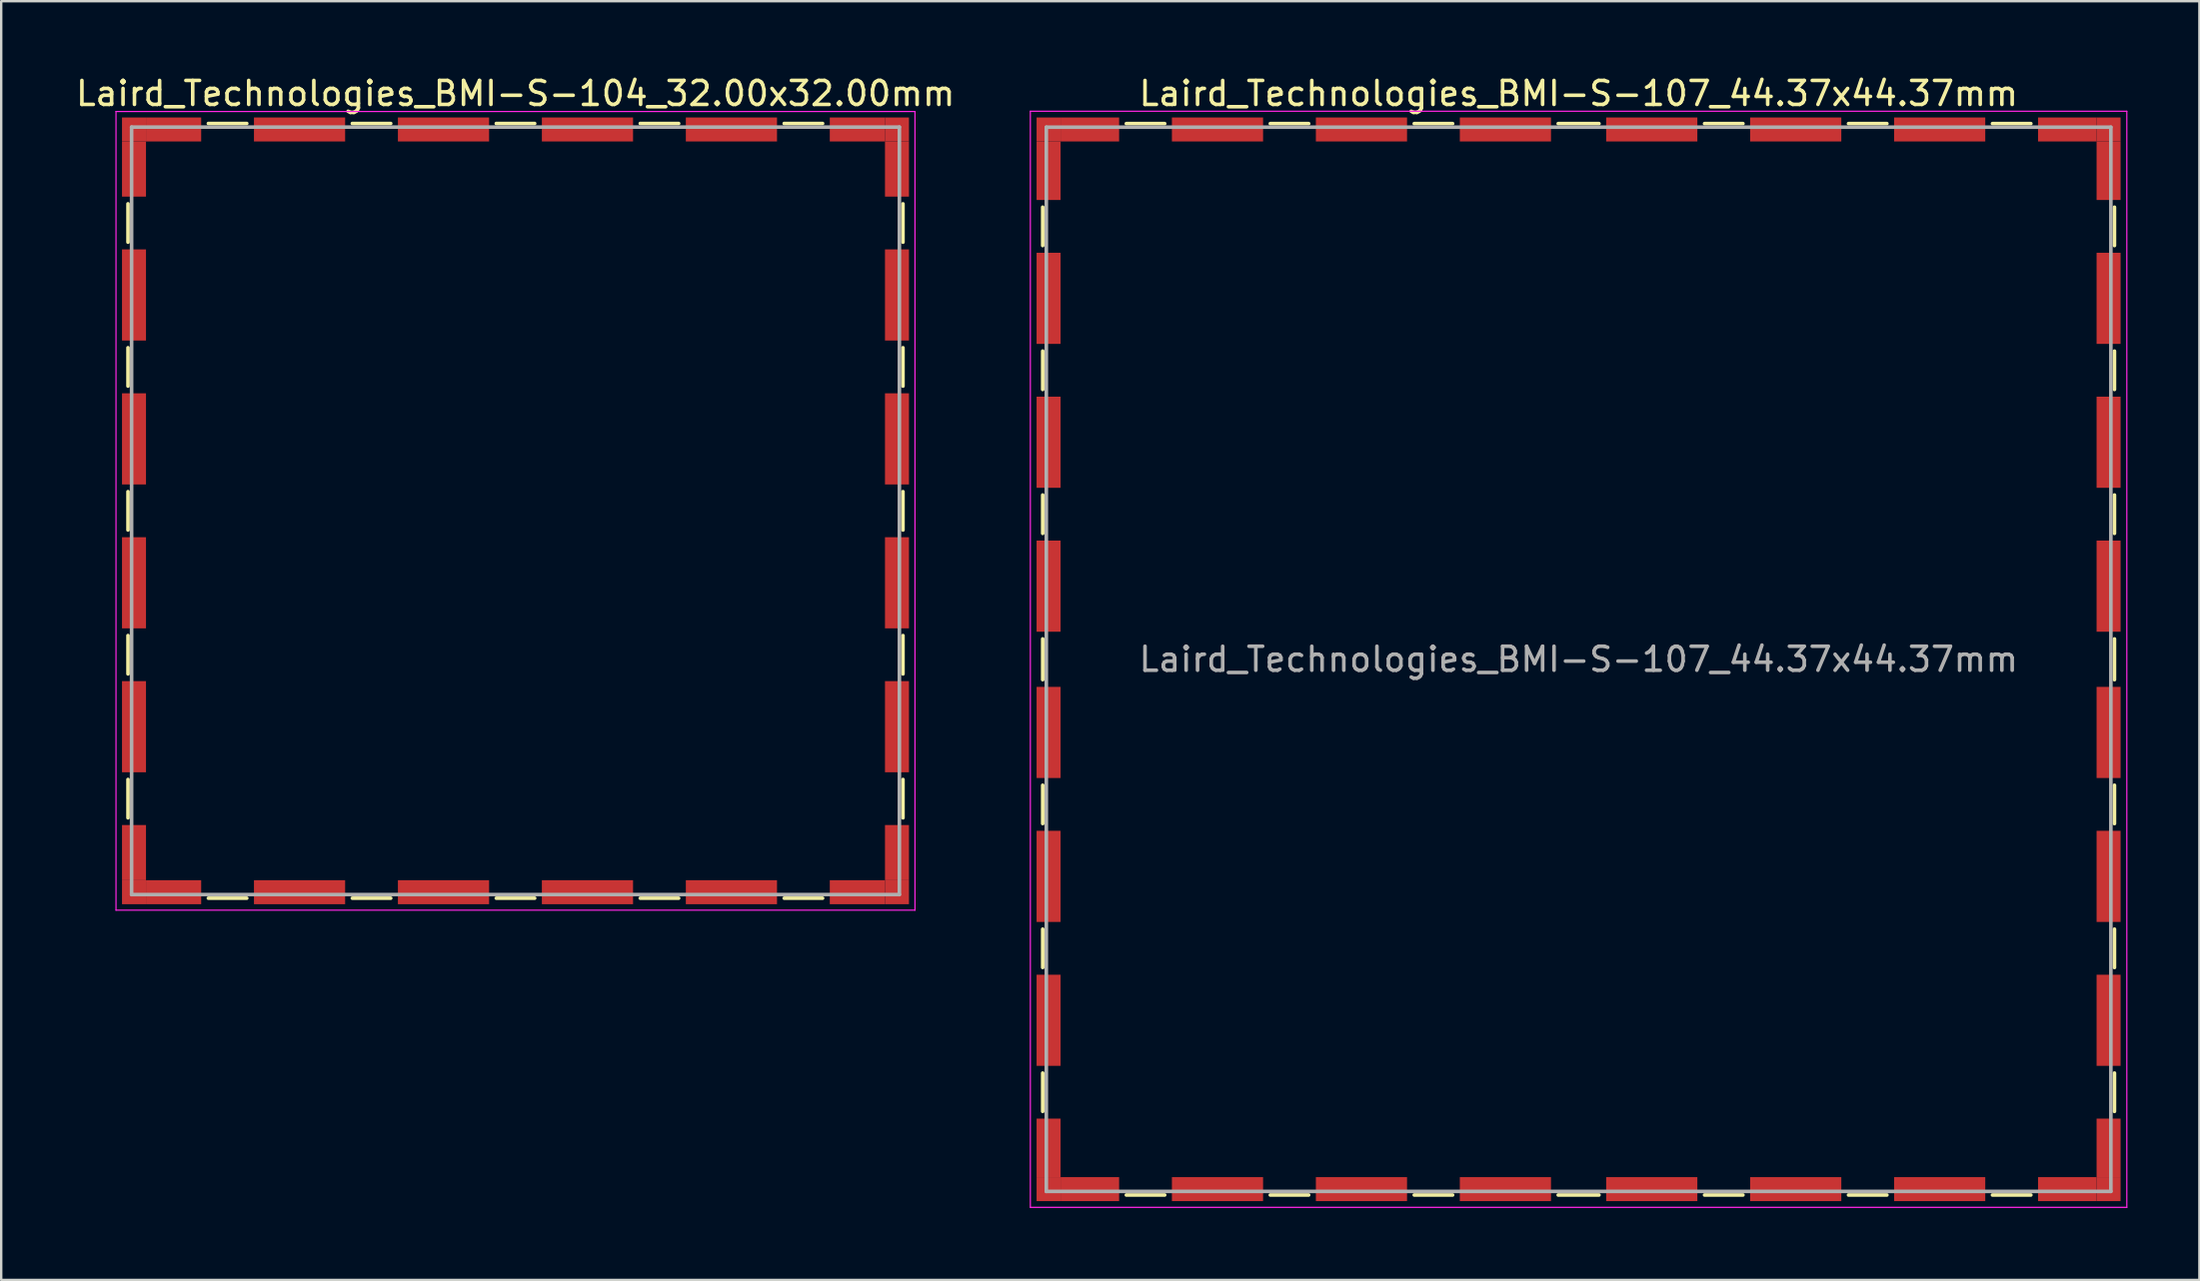
<source format=kicad_pcb>
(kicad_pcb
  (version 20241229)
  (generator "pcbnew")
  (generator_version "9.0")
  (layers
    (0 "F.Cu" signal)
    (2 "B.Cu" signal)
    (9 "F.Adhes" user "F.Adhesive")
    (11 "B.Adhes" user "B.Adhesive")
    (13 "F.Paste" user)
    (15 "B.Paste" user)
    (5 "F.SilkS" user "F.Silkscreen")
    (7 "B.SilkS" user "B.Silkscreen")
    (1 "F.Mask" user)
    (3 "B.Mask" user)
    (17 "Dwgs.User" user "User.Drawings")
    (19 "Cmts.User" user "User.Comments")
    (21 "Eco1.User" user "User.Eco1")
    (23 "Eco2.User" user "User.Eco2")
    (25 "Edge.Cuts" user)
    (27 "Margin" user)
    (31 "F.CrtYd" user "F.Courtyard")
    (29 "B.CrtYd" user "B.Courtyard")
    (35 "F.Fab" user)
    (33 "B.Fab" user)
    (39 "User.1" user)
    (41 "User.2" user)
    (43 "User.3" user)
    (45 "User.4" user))
  (footprint "Laird_Technologies_BMI-S-107_44.37x44.37mm"
    (layer "F.Cu")
    (at 62.744 24.438)
    (property "Reference" "Laird_Technologies_BMI-S-107_44.37x44.37mm" (at 0 -23.59 0) (layer "F.SilkS") (effects (font (size 1 1) (thickness 0.15))))
    (attr smd)
    (fp_line (start -22.335 -18.85) (end -22.335 -17.25) (stroke (width 0.15) (type solid)) (layer "F.SilkS"))
    (fp_line (start -22.335 -12.85) (end -22.335 -11.25) (stroke (width 0.15) (type solid)) (layer "F.SilkS"))
    (fp_line (start -22.335 -6.85) (end -22.335 -5.25) (stroke (width 0.15) (type solid)) (layer "F.SilkS"))
    (fp_line (start -22.335 -0.85) (end -22.335 0.85) (stroke (width 0.15) (type solid)) (layer "F.SilkS"))
    (fp_line (start -22.335 5.25) (end -22.335 6.85) (stroke (width 0.15) (type solid)) (layer "F.SilkS"))
    (fp_line (start -22.335 11.25) (end -22.335 12.85) (stroke (width 0.15) (type solid)) (layer "F.SilkS"))
    (fp_line (start -22.335 17.25) (end -22.335 18.85) (stroke (width 0.15) (type solid)) (layer "F.SilkS"))
    (fp_line (start -18.85 -22.335) (end -17.25 -22.335) (stroke (width 0.15) (type solid)) (layer "F.SilkS"))
    (fp_line (start -18.85 22.335) (end -17.25 22.335) (stroke (width 0.15) (type solid)) (layer "F.SilkS"))
    (fp_line (start -12.85 -22.335) (end -11.25 -22.335) (stroke (width 0.15) (type solid)) (layer "F.SilkS"))
    (fp_line (start -12.85 22.335) (end -11.25 22.335) (stroke (width 0.15) (type solid)) (layer "F.SilkS"))
    (fp_line (start -6.85 -22.335) (end -5.25 -22.335) (stroke (width 0.15) (type solid)) (layer "F.SilkS"))
    (fp_line (start -6.85 22.335) (end -5.25 22.335) (stroke (width 0.15) (type solid)) (layer "F.SilkS"))
    (fp_line (start -0.85 -22.335) (end 0.85 -22.335) (stroke (width 0.15) (type solid)) (layer "F.SilkS"))
    (fp_line (start -0.85 22.335) (end 0.85 22.335) (stroke (width 0.15) (type solid)) (layer "F.SilkS"))
    (fp_line (start 5.25 -22.335) (end 6.85 -22.335) (stroke (width 0.15) (type solid)) (layer "F.SilkS"))
    (fp_line (start 5.25 22.335) (end 6.85 22.335) (stroke (width 0.15) (type solid)) (layer "F.SilkS"))
    (fp_line (start 11.25 -22.335) (end 12.85 -22.335) (stroke (width 0.15) (type solid)) (layer "F.SilkS"))
    (fp_line (start 11.25 22.335) (end 12.85 22.335) (stroke (width 0.15) (type solid)) (layer "F.SilkS"))
    (fp_line (start 17.25 -22.335) (end 18.85 -22.335) (stroke (width 0.15) (type solid)) (layer "F.SilkS"))
    (fp_line (start 17.25 22.335) (end 18.85 22.335) (stroke (width 0.15) (type solid)) (layer "F.SilkS"))
    (fp_line (start 22.335 -18.85) (end 22.335 -17.25) (stroke (width 0.15) (type solid)) (layer "F.SilkS"))
    (fp_line (start 22.335 -12.85) (end 22.335 -11.25) (stroke (width 0.15) (type solid)) (layer "F.SilkS"))
    (fp_line (start 22.335 -6.85) (end 22.335 -5.25) (stroke (width 0.15) (type solid)) (layer "F.SilkS"))
    (fp_line (start 22.335 -0.85) (end 22.335 0.85) (stroke (width 0.15) (type solid)) (layer "F.SilkS"))
    (fp_line (start 22.335 5.25) (end 22.335 6.85) (stroke (width 0.15) (type solid)) (layer "F.SilkS"))
    (fp_line (start 22.335 11.25) (end 22.335 12.85) (stroke (width 0.15) (type solid)) (layer "F.SilkS"))
    (fp_line (start 22.335 17.25) (end 22.335 18.85) (stroke (width 0.15) (type solid)) (layer "F.SilkS"))
    (fp_line (start -22.85 -22.85) (end -22.85 22.85) (stroke (width 0.05) (type solid)) (layer "F.CrtYd"))
    (fp_line (start -22.85 22.85) (end 22.85 22.85) (stroke (width 0.05) (type solid)) (layer "F.CrtYd"))
    (fp_line (start 22.85 -22.85) (end -22.85 -22.85) (stroke (width 0.05) (type solid)) (layer "F.CrtYd"))
    (fp_line (start 22.85 22.85) (end 22.85 -22.85) (stroke (width 0.05) (type solid)) (layer "F.CrtYd"))
    (fp_line (start -22.185 -22.185) (end -22.185 22.185) (stroke (width 0.15) (type solid)) (layer "F.Fab"))
    (fp_line (start -22.185 22.185) (end 22.185 22.185) (stroke (width 0.15) (type solid)) (layer "F.Fab"))
    (fp_line (start 22.185 -22.185) (end -22.185 -22.185) (stroke (width 0.15) (type solid)) (layer "F.Fab"))
    (fp_line (start 22.185 22.185) (end 22.185 -22.185) (stroke (width 0.15) (type solid)) (layer "F.Fab"))
    (fp_text user "${REFERENCE}" (at 0 0 0) (layer "F.Fab") (effects (font (size 1 1) (thickness 0.15))))
    (pad "1" smd rect (at -22.09 -22.09) (size 1 1) (layers "F.Cu" "F.Mask"))
    (pad "1" smd rect (at -22.09 -20.37) (size 1 2.44) (layers "F.Cu" "F.Mask"))
    (pad "1" smd rect (at -22.09 -15.05) (size 1 3.8) (layers "F.Cu" "F.Mask"))
    (pad "1" smd rect (at -22.09 -9.05) (size 1 3.8) (layers "F.Cu" "F.Mask"))
    (pad "1" smd rect (at -22.09 -3.05) (size 1 3.8) (layers "F.Cu" "F.Mask"))
    (pad "1" smd rect (at -22.09 3.05) (size 1 3.8) (layers "F.Cu" "F.Mask"))
    (pad "1" smd rect (at -22.09 9.05) (size 1 3.8) (layers "F.Cu" "F.Mask"))
    (pad "1" smd rect (at -22.09 15.05) (size 1 3.8) (layers "F.Cu" "F.Mask"))
    (pad "1" smd rect (at -22.09 20.37) (size 1 2.44) (layers "F.Cu" "F.Mask"))
    (pad "1" smd rect (at -22.09 22.09) (size 1 1) (layers "F.Cu" "F.Mask"))
    (pad "1" smd rect (at -20.37 -22.09) (size 2.44 1) (layers "F.Cu" "F.Mask"))
    (pad "1" smd rect (at -20.37 22.09) (size 2.44 1) (layers "F.Cu" "F.Mask"))
    (pad "1" smd rect (at -15.05 -22.09) (size 3.8 1) (layers "F.Cu" "F.Mask"))
    (pad "1" smd rect (at -15.05 22.09) (size 3.8 1) (layers "F.Cu" "F.Mask"))
    (pad "1" smd rect (at -9.05 -22.09) (size 3.8 1) (layers "F.Cu" "F.Mask"))
    (pad "1" smd rect (at -9.05 22.09) (size 3.8 1) (layers "F.Cu" "F.Mask"))
    (pad "1" smd rect (at -3.05 -22.09) (size 3.8 1) (layers "F.Cu" "F.Mask"))
    (pad "1" smd rect (at -3.05 22.09) (size 3.8 1) (layers "F.Cu" "F.Mask"))
    (pad "1" smd rect (at 3.05 -22.09) (size 3.8 1) (layers "F.Cu" "F.Mask"))
    (pad "1" smd rect (at 3.05 22.09) (size 3.8 1) (layers "F.Cu" "F.Mask"))
    (pad "1" smd rect (at 9.05 -22.09) (size 3.8 1) (layers "F.Cu" "F.Mask"))
    (pad "1" smd rect (at 9.05 22.09) (size 3.8 1) (layers "F.Cu" "F.Mask"))
    (pad "1" smd rect (at 15.05 -22.09) (size 3.8 1) (layers "F.Cu" "F.Mask"))
    (pad "1" smd rect (at 15.05 22.09) (size 3.8 1) (layers "F.Cu" "F.Mask"))
    (pad "1" smd rect (at 20.37 -22.09) (size 2.44 1) (layers "F.Cu" "F.Mask"))
    (pad "1" smd rect (at 20.37 22.09) (size 2.44 1) (layers "F.Cu" "F.Mask"))
    (pad "1" smd rect (at 22.09 -22.09) (size 1 1) (layers "F.Cu" "F.Mask"))
    (pad "1" smd rect (at 22.09 -20.37) (size 1 2.44) (layers "F.Cu" "F.Mask"))
    (pad "1" smd rect (at 22.09 -15.05) (size 1 3.8) (layers "F.Cu" "F.Mask"))
    (pad "1" smd rect (at 22.09 -9.05) (size 1 3.8) (layers "F.Cu" "F.Mask"))
    (pad "1" smd rect (at 22.09 -3.05) (size 1 3.8) (layers "F.Cu" "F.Mask"))
    (pad "1" smd rect (at 22.09 3.05) (size 1 3.8) (layers "F.Cu" "F.Mask"))
    (pad "1" smd rect (at 22.09 9.05) (size 1 3.8) (layers "F.Cu" "F.Mask"))
    (pad "1" smd rect (at 22.09 15.05) (size 1 3.8) (layers "F.Cu" "F.Mask"))
    (pad "1" smd rect (at 22.09 20.37) (size 1 2.44) (layers "F.Cu" "F.Mask"))
    (pad "1" smd rect (at 22.09 22.09) (size 1 1) (layers "F.Cu" "F.Mask")))
  (footprint "Laird_Technologies_BMI-S-104_32.00x32.00mm"
    (layer "F.Cu")
    (at 18.435 18.248)
    (property "Reference" "Laird_Technologies_BMI-S-104_32.00x32.00mm" (at 0 -17.4 0) (layer "F.SilkS") (effects (font (size 1 1) (thickness 0.15))))
    (attr smd)
    (fp_line (start -16.15 -12.8) (end -16.15 -11.2) (stroke (width 0.15) (type solid)) (layer "F.SilkS"))
    (fp_line (start -16.15 -6.8) (end -16.15 -5.2) (stroke (width 0.15) (type solid)) (layer "F.SilkS"))
    (fp_line (start -16.15 -0.8) (end -16.15 0.8) (stroke (width 0.15) (type solid)) (layer "F.SilkS"))
    (fp_line (start -16.15 5.2) (end -16.15 6.8) (stroke (width 0.15) (type solid)) (layer "F.SilkS"))
    (fp_line (start -16.15 11.2) (end -16.15 12.8) (stroke (width 0.15) (type solid)) (layer "F.SilkS"))
    (fp_line (start -12.8 -16.15) (end -11.2 -16.15) (stroke (width 0.15) (type solid)) (layer "F.SilkS"))
    (fp_line (start -12.8 16.15) (end -11.2 16.15) (stroke (width 0.15) (type solid)) (layer "F.SilkS"))
    (fp_line (start -6.8 -16.15) (end -5.2 -16.15) (stroke (width 0.15) (type solid)) (layer "F.SilkS"))
    (fp_line (start -6.8 16.15) (end -5.2 16.15) (stroke (width 0.15) (type solid)) (layer "F.SilkS"))
    (fp_line (start -0.8 -16.15) (end 0.8 -16.15) (stroke (width 0.15) (type solid)) (layer "F.SilkS"))
    (fp_line (start -0.8 16.15) (end 0.8 16.15) (stroke (width 0.15) (type solid)) (layer "F.SilkS"))
    (fp_line (start 5.2 -16.15) (end 6.8 -16.15) (stroke (width 0.15) (type solid)) (layer "F.SilkS"))
    (fp_line (start 5.2 16.15) (end 6.8 16.15) (stroke (width 0.15) (type solid)) (layer "F.SilkS"))
    (fp_line (start 11.2 -16.15) (end 12.8 -16.15) (stroke (width 0.15) (type solid)) (layer "F.SilkS"))
    (fp_line (start 11.2 16.15) (end 12.8 16.15) (stroke (width 0.15) (type solid)) (layer "F.SilkS"))
    (fp_line (start 16.15 -12.8) (end 16.15 -11.2) (stroke (width 0.15) (type solid)) (layer "F.SilkS"))
    (fp_line (start 16.15 -6.8) (end 16.15 -5.2) (stroke (width 0.15) (type solid)) (layer "F.SilkS"))
    (fp_line (start 16.15 -0.8) (end 16.15 0.8) (stroke (width 0.15) (type solid)) (layer "F.SilkS"))
    (fp_line (start 16.15 5.2) (end 16.15 6.8) (stroke (width 0.15) (type solid)) (layer "F.SilkS"))
    (fp_line (start 16.15 11.2) (end 16.15 12.8) (stroke (width 0.15) (type solid)) (layer "F.SilkS"))
    (fp_line (start -16.65 -16.65) (end -16.65 16.65) (stroke (width 0.05) (type solid)) (layer "F.CrtYd"))
    (fp_line (start -16.65 16.65) (end 16.65 16.65) (stroke (width 0.05) (type solid)) (layer "F.CrtYd"))
    (fp_line (start 16.65 -16.65) (end -16.65 -16.65) (stroke (width 0.05) (type solid)) (layer "F.CrtYd"))
    (fp_line (start 16.65 16.65) (end 16.65 -16.65) (stroke (width 0.05) (type solid)) (layer "F.CrtYd"))
    (fp_line (start -16 -16) (end -16 16) (stroke (width 0.15) (type solid)) (layer "F.Fab"))
    (fp_line (start -16 16) (end 16 16) (stroke (width 0.15) (type solid)) (layer "F.Fab"))
    (fp_line (start 16 -16) (end -16 -16) (stroke (width 0.15) (type solid)) (layer "F.Fab"))
    (fp_line (start 16 16) (end 16 -16) (stroke (width 0.15) (type solid)) (layer "F.Fab"))
    (pad "1" smd rect (at -15.9 -15.9) (size 1 1) (layers "F.Cu" "F.Mask"))
    (pad "1" smd rect (at -15.9 -14.25) (size 1 2.3) (layers "F.Cu" "F.Mask"))
    (pad "1" smd rect (at -15.9 -9) (size 1 3.8) (layers "F.Cu" "F.Mask"))
    (pad "1" smd rect (at -15.9 -3) (size 1 3.8) (layers "F.Cu" "F.Mask"))
    (pad "1" smd rect (at -15.9 3) (size 1 3.8) (layers "F.Cu" "F.Mask"))
    (pad "1" smd rect (at -15.9 9) (size 1 3.8) (layers "F.Cu" "F.Mask"))
    (pad "1" smd rect (at -15.9 14.25) (size 1 2.3) (layers "F.Cu" "F.Mask"))
    (pad "1" smd rect (at -15.9 15.9) (size 1 1) (layers "F.Cu" "F.Mask"))
    (pad "1" smd rect (at -14.25 -15.9) (size 2.3 1) (layers "F.Cu" "F.Mask"))
    (pad "1" smd rect (at -14.25 15.9) (size 2.3 1) (layers "F.Cu" "F.Mask"))
    (pad "1" smd rect (at -9 -15.9) (size 3.8 1) (layers "F.Cu" "F.Mask"))
    (pad "1" smd rect (at -9 15.9) (size 3.8 1) (layers "F.Cu" "F.Mask"))
    (pad "1" smd rect (at -3 -15.9) (size 3.8 1) (layers "F.Cu" "F.Mask"))
    (pad "1" smd rect (at -3 15.9) (size 3.8 1) (layers "F.Cu" "F.Mask"))
    (pad "1" smd rect (at 3 -15.9) (size 3.8 1) (layers "F.Cu" "F.Mask"))
    (pad "1" smd rect (at 3 15.9) (size 3.8 1) (layers "F.Cu" "F.Mask"))
    (pad "1" smd rect (at 9 -15.9) (size 3.8 1) (layers "F.Cu" "F.Mask"))
    (pad "1" smd rect (at 9 15.9) (size 3.8 1) (layers "F.Cu" "F.Mask"))
    (pad "1" smd rect (at 14.25 -15.9) (size 2.3 1) (layers "F.Cu" "F.Mask"))
    (pad "1" smd rect (at 14.25 15.9) (size 2.3 1) (layers "F.Cu" "F.Mask"))
    (pad "1" smd rect (at 15.9 -15.9) (size 1 1) (layers "F.Cu" "F.Mask"))
    (pad "1" smd rect (at 15.9 -14.25) (size 1 2.3) (layers "F.Cu" "F.Mask"))
    (pad "1" smd rect (at 15.9 -9) (size 1 3.8) (layers "F.Cu" "F.Mask"))
    (pad "1" smd rect (at 15.9 -3) (size 1 3.8) (layers "F.Cu" "F.Mask"))
    (pad "1" smd rect (at 15.9 3) (size 1 3.8) (layers "F.Cu" "F.Mask"))
    (pad "1" smd rect (at 15.9 9) (size 1 3.8) (layers "F.Cu" "F.Mask"))
    (pad "1" smd rect (at 15.9 14.25) (size 1 2.3) (layers "F.Cu" "F.Mask"))
    (pad "1" smd rect (at 15.9 15.9) (size 1 1) (layers "F.Cu" "F.Mask")))
  (gr_rect
    (start -3 -3)
    (end 88.619 50.313)
    (stroke (width 0.1) (type default))
    (fill no)
    (layer "Edge.Cuts")))
</source>
